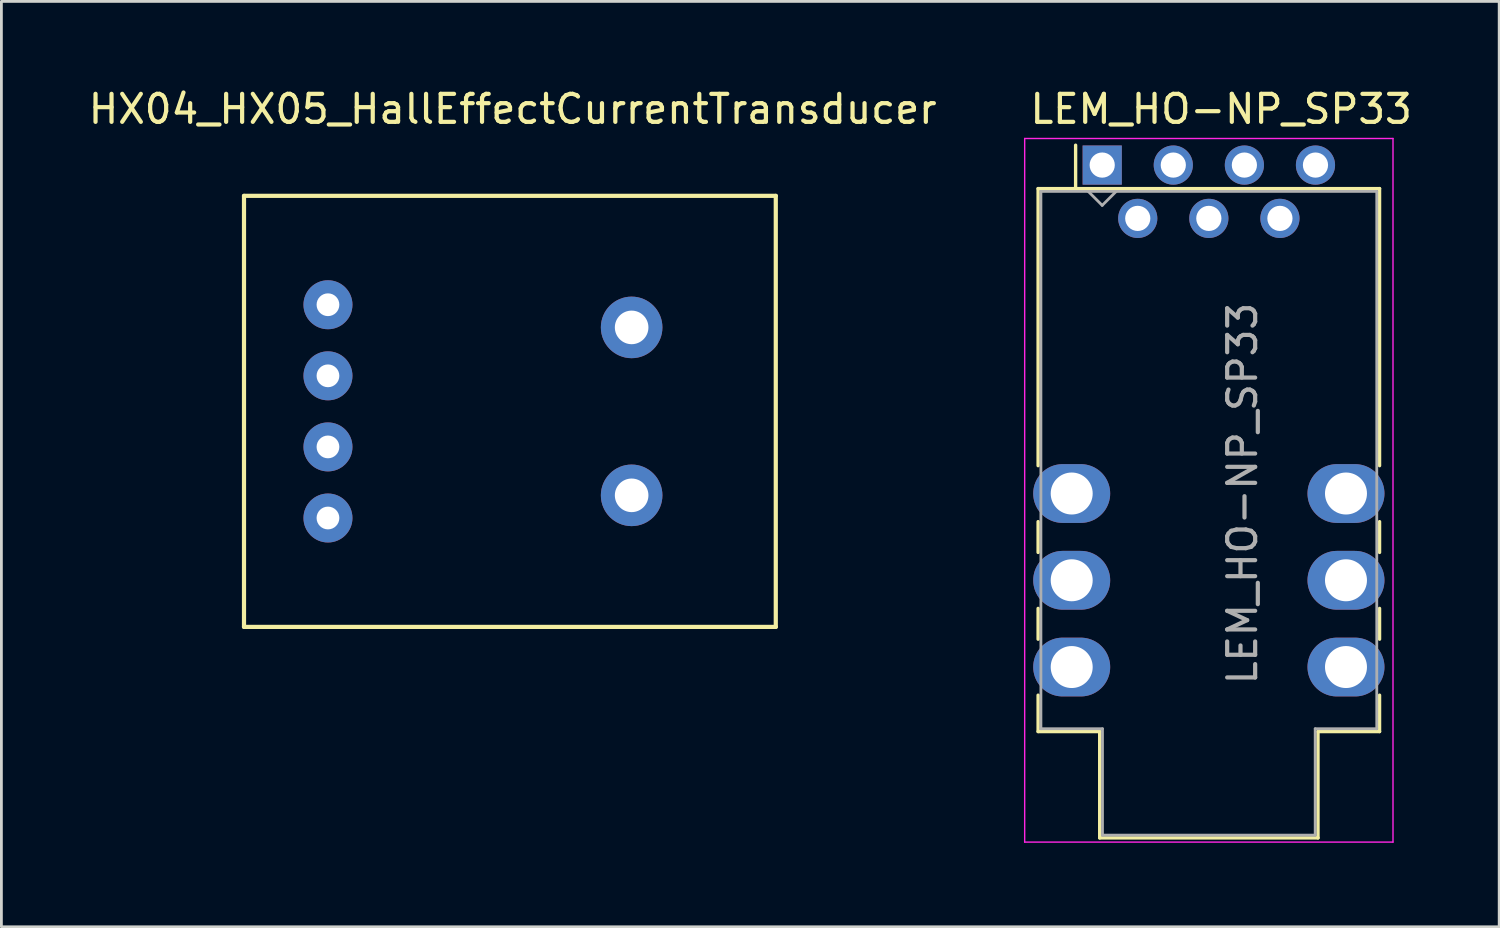
<source format=kicad_pcb>
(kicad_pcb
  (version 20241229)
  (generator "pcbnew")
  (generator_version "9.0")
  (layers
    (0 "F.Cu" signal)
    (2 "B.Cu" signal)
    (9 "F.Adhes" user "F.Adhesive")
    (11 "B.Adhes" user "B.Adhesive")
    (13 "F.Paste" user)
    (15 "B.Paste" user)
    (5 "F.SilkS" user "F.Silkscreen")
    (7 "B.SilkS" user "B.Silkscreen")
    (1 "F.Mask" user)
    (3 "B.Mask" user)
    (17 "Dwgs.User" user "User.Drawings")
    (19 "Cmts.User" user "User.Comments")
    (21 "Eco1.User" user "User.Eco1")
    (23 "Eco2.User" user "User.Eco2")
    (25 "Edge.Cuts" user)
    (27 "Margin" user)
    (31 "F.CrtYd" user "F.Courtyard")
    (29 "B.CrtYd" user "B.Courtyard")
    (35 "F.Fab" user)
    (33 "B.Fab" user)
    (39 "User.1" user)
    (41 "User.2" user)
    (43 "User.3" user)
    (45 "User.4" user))
  (footprint "HX04_HX05_HallEffectCurrentTransducer"
    (layer "F.Cu")
    (at 15.168 11.648)
    (property "Reference" "HX04_HX05_HallEffectCurrentTransducer" (at 0.1 -10.8 0) (layer "F.SilkS") (effects (font (size 1 1) (thickness 0.15))))
    (attr through_hole)
    (fp_line (start -9.5 -7.7) (end -9.5 7.7) (stroke (width 0.15) (type solid)) (layer "F.SilkS"))
    (fp_line (start -9.5 7.7) (end 9.5 7.7) (stroke (width 0.15) (type solid)) (layer "F.SilkS"))
    (fp_line (start 9.5 -7.7) (end -9.5 -7.7) (stroke (width 0.15) (type solid)) (layer "F.SilkS"))
    (fp_line (start 9.5 7.7) (end 9.5 -7.7) (stroke (width 0.15) (type solid)) (layer "F.SilkS"))
    (pad "1" thru_hole circle (at -6.5 -3.81) (size 1.75 1.75) (drill 0.813) (layers "*.Cu" "*.Mask"))
    (pad "2" thru_hole circle (at -6.5 -1.27) (size 1.75 1.75) (drill 0.813) (layers "*.Cu" "*.Mask"))
    (pad "3" thru_hole circle (at -6.5 1.27) (size 1.75 1.75) (drill 0.813) (layers "*.Cu" "*.Mask"))
    (pad "4" thru_hole circle (at -6.5 3.81) (size 1.75 1.75) (drill 0.813) (layers "*.Cu" "*.Mask"))
    (pad "5" thru_hole circle (at 4.35 -3) (size 2.2 2.2) (drill 1.2) (layers "*.Cu" "*.Mask"))
    (pad "6" thru_hole circle (at 4.35 3) (size 2.2 2.2) (drill 1.2) (layers "*.Cu" "*.Mask")))
  (footprint "LEM_HO-NP_SP33"
    (layer "F.Cu")
    (at 36.331 2.848)
    (property "Reference" "LEM_HO-NP_SP33" (at 4.25 -2 180) (layer "F.SilkS") (effects (font (size 1 1) (thickness 0.15))))
    (attr through_hole)
    (fp_line (start -2.29 0.84) (end -2.29 10.74) (stroke (width 0.12) (type solid)) (layer "F.SilkS"))
    (fp_line (start -2.29 12.74) (end -2.29 13.84) (stroke (width 0.12) (type solid)) (layer "F.SilkS"))
    (fp_line (start -2.29 15.84) (end -2.29 16.94) (stroke (width 0.12) (type solid)) (layer "F.SilkS"))
    (fp_line (start -2.29 18.94) (end -2.29 20.24) (stroke (width 0.12) (type solid)) (layer "F.SilkS"))
    (fp_line (start -2.29 20.24) (end -0.09 20.24) (stroke (width 0.12) (type solid)) (layer "F.SilkS"))
    (fp_line (start -0.95 0.84) (end -0.95 -0.71) (stroke (width 0.12) (type solid)) (layer "F.SilkS"))
    (fp_line (start -0.09 20.24) (end -0.09 24.04) (stroke (width 0.12) (type solid)) (layer "F.SilkS"))
    (fp_line (start -0.09 24.04) (end 7.71 24.04) (stroke (width 0.12) (type solid)) (layer "F.SilkS"))
    (fp_line (start 7.71 20.24) (end 9.91 20.24) (stroke (width 0.12) (type solid)) (layer "F.SilkS"))
    (fp_line (start 7.71 24.04) (end 7.71 20.24) (stroke (width 0.12) (type solid)) (layer "F.SilkS"))
    (fp_line (start 9.91 0.84) (end -2.29 0.84) (stroke (width 0.12) (type solid)) (layer "F.SilkS"))
    (fp_line (start 9.91 10.74) (end 9.91 0.84) (stroke (width 0.12) (type solid)) (layer "F.SilkS"))
    (fp_line (start 9.91 12.74) (end 9.91 13.84) (stroke (width 0.12) (type solid)) (layer "F.SilkS"))
    (fp_line (start 9.91 15.84) (end 9.91 16.94) (stroke (width 0.12) (type solid)) (layer "F.SilkS"))
    (fp_line (start 9.91 18.94) (end 9.91 20.24) (stroke (width 0.12) (type solid)) (layer "F.SilkS"))
    (fp_line (start -2.77 -0.95) (end -2.77 24.19) (stroke (width 0.05) (type solid)) (layer "F.CrtYd"))
    (fp_line (start -2.77 24.19) (end 10.39 24.19) (stroke (width 0.05) (type solid)) (layer "F.CrtYd"))
    (fp_line (start 10.39 -0.95) (end -2.77 -0.95) (stroke (width 0.05) (type solid)) (layer "F.CrtYd"))
    (fp_line (start 10.39 24.19) (end 10.39 -0.95) (stroke (width 0.05) (type solid)) (layer "F.CrtYd"))
    (fp_line (start -2.19 20.14) (end -2.19 0.94) (stroke (width 0.1) (type solid)) (layer "F.Fab"))
    (fp_line (start -0.5 0.94) (end 0 1.44) (stroke (width 0.1) (type solid)) (layer "F.Fab"))
    (fp_line (start 0 1.44) (end 0.5 0.94) (stroke (width 0.1) (type solid)) (layer "F.Fab"))
    (fp_line (start 0.01 20.14) (end -2.19 20.14) (stroke (width 0.1) (type solid)) (layer "F.Fab"))
    (fp_line (start 0.01 23.94) (end 0.01 20.14) (stroke (width 0.1) (type solid)) (layer "F.Fab"))
    (fp_line (start 0.01 23.94) (end 7.61 23.94) (stroke (width 0.1) (type solid)) (layer "F.Fab"))
    (fp_line (start 7.61 20.14) (end 9.81 20.14) (stroke (width 0.1) (type solid)) (layer "F.Fab"))
    (fp_line (start 7.61 23.94) (end 7.61 20.14) (stroke (width 0.1) (type solid)) (layer "F.Fab"))
    (fp_line (start 9.81 0.94) (end -2.19 0.94) (stroke (width 0.1) (type solid)) (layer "F.Fab"))
    (fp_line (start 9.81 0.94) (end 9.81 20.14) (stroke (width 0.1) (type solid)) (layer "F.Fab"))
    (fp_text user "${REFERENCE}" (at 5.01 11.735 270) (layer "F.Fab") (effects (font (size 1 1) (thickness 0.15))))
    (pad "1" thru_hole rect (at 0 0 270) (size 1.4 1.4) (drill 0.9) (layers "*.Cu" "*.Mask"))
    (pad "2" thru_hole circle (at 1.27 1.905 270) (size 1.4 1.4) (drill 0.9) (layers "*.Cu" "*.Mask"))
    (pad "3" thru_hole circle (at 2.54 0 270) (size 1.4 1.4) (drill 0.9) (layers "*.Cu" "*.Mask"))
    (pad "4" thru_hole circle (at 3.81 1.905 270) (size 1.4 1.4) (drill 0.9) (layers "*.Cu" "*.Mask"))
    (pad "5" thru_hole circle (at 5.08 0 270) (size 1.4 1.4) (drill 0.9) (layers "*.Cu" "*.Mask"))
    (pad "6" thru_hole circle (at 6.35 1.905 270) (size 1.4 1.4) (drill 0.9) (layers "*.Cu" "*.Mask"))
    (pad "7" thru_hole circle (at 7.62 0 270) (size 1.4 1.4) (drill 0.9) (layers "*.Cu" "*.Mask"))
    (pad "8" thru_hole oval (at 8.71 11.735 270) (size 2.1 2.75) (drill 1.5) (layers "*.Cu" "*.Mask"))
    (pad "9" thru_hole oval (at 8.71 14.835 270) (size 2.1 2.75) (drill 1.5) (layers "*.Cu" "*.Mask"))
    (pad "10" thru_hole oval (at 8.71 17.935 270) (size 2.1 2.75) (drill 1.5) (layers "*.Cu" "*.Mask"))
    (pad "11" thru_hole oval (at -1.09 17.935 270) (size 2.1 2.75) (drill 1.5) (layers "*.Cu" "*.Mask"))
    (pad "12" thru_hole oval (at -1.09 14.835 270) (size 2.1 2.75) (drill 1.5) (layers "*.Cu" "*.Mask"))
    (pad "13" thru_hole oval (at -1.09 11.735 270) (size 2.1 2.75) (drill 1.5) (layers "*.Cu" "*.Mask")))
  (gr_rect
    (start -3 -3)
    (end 50.515 30.063)
    (stroke (width 0.1) (type default))
    (fill no)
    (layer "Edge.Cuts")))
</source>
